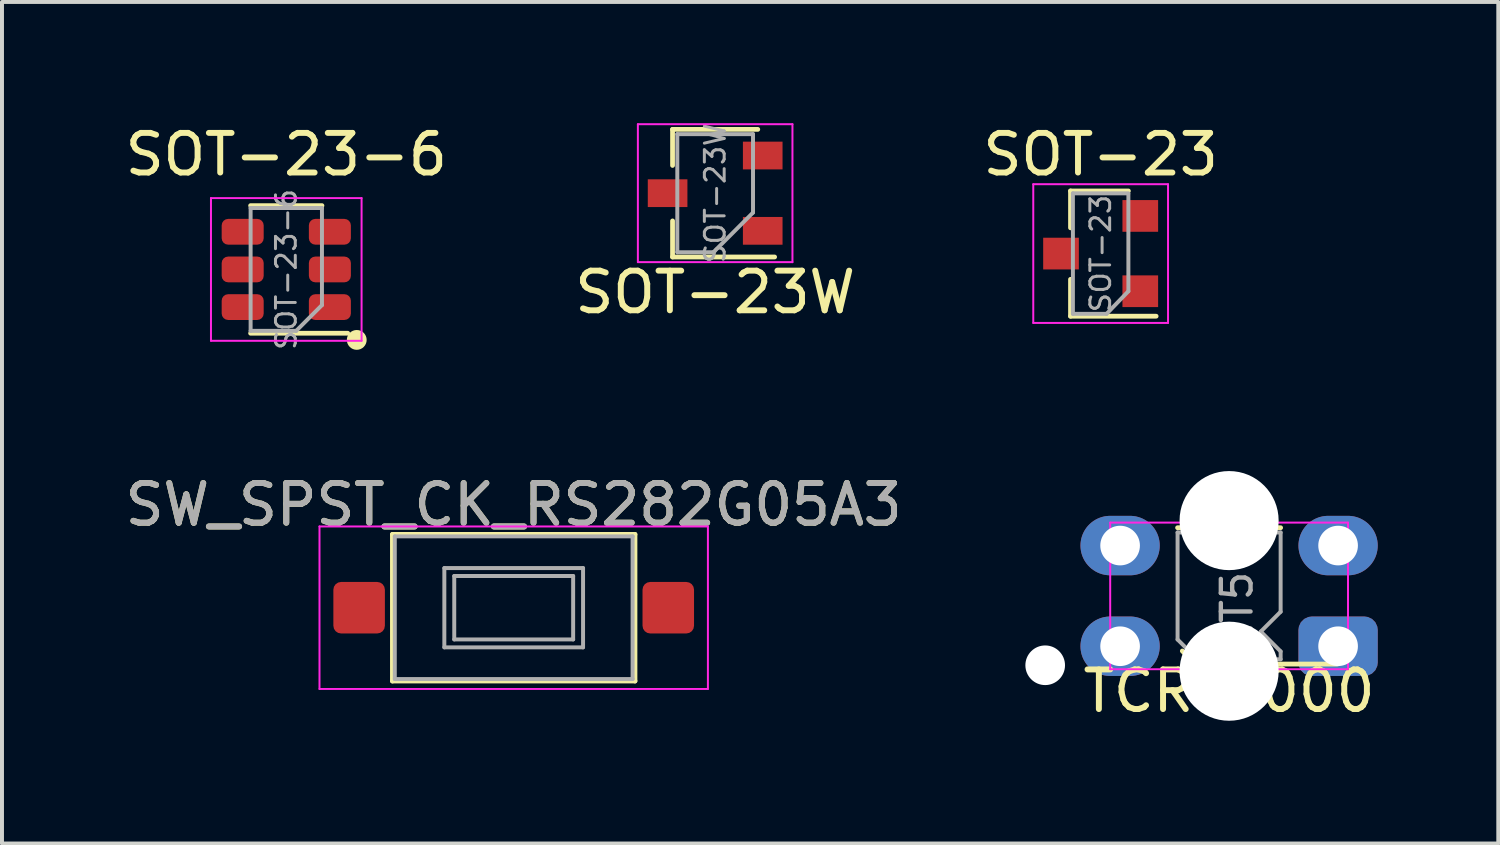
<source format=kicad_pcb>
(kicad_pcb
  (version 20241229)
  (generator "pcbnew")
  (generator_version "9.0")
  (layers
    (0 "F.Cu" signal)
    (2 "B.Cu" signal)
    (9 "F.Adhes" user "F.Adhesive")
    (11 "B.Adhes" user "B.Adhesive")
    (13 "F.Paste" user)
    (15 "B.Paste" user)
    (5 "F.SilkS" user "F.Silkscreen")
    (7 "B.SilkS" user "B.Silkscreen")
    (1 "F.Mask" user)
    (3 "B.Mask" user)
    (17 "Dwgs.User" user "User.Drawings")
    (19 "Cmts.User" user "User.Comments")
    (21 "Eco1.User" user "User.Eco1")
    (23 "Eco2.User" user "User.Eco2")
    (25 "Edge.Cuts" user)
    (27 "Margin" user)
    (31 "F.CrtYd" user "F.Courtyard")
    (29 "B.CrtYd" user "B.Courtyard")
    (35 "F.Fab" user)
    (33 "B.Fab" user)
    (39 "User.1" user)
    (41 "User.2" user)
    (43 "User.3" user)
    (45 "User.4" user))
  (footprint "TCRT5000"
    (layer "F.Cu")
    (at 27.961 11.985)
    (property "Reference" "TCRT5000" (at 0 2.4 180) (layer "F.SilkS") (effects (font (size 1 1) (thickness 0.15))))
    (attr through_hole)
    (fp_line (start -1.18 1.39) (end -0.85 1.72) (stroke (width 0.12) (type solid)) (layer "F.SilkS"))
    (fp_line (start -0.85 1.72) (end 2.73 1.72) (stroke (width 0.12) (type solid)) (layer "F.SilkS"))
    (fp_line (start 1.3 -1.72) (end -1.3 -1.72) (stroke (width 0.12) (type solid)) (layer "F.SilkS"))
    (fp_line (start -3 1.85) (end -3 -1.85) (stroke (width 0.05) (type solid)) (layer "F.CrtYd"))
    (fp_line (start -3 1.85) (end 3 1.85) (stroke (width 0.05) (type solid)) (layer "F.CrtYd"))
    (fp_line (start 3 -1.85) (end -3 -1.85) (stroke (width 0.05) (type solid)) (layer "F.CrtYd"))
    (fp_line (start 3 -1.85) (end 3 1.85) (stroke (width 0.05) (type solid)) (layer "F.CrtYd"))
    (fp_line (start -1.3 -1.6) (end 1.3 -1.6) (stroke (width 0.1) (type solid)) (layer "F.Fab"))
    (fp_line (start -1.3 1.1) (end -1.3 -1.6) (stroke (width 0.1) (type solid)) (layer "F.Fab"))
    (fp_line (start -0.8 1.6) (end -1.3 1.1) (stroke (width 0.1) (type solid)) (layer "F.Fab"))
    (fp_line (start 0.8 0.9) (end 1.3 0.4) (stroke (width 0.1) (type solid)) (layer "F.Fab"))
    (fp_line (start 0.8 0.9) (end 1.3 1.4) (stroke (width 0.1) (type solid)) (layer "F.Fab"))
    (fp_line (start 1.3 -1.6) (end 1.3 0.4) (stroke (width 0.1) (type solid)) (layer "F.Fab"))
    (fp_line (start 1.3 1.6) (end -0.8 1.6) (stroke (width 0.1) (type solid)) (layer "F.Fab"))
    (fp_line (start 1.3 1.6) (end 1.3 1.4) (stroke (width 0.1) (type solid)) (layer "F.Fab"))
    (fp_text user "${REFERENCE}" (at 0.2 0 90) (layer "F.Fab") (effects (font (size 0.75 0.75) (thickness 0.11))))
    (pad "" np_thru_hole circle (at -4.64 1.75 90) (size 1 1) (drill 1) (layers "*.Cu" "*.Mask"))
    (pad "" np_thru_hole circle (at 0 -1.9 90) (size 2.5 2.5) (drill 2.5) (layers "*.Cu" "*.Mask"))
    (pad "" np_thru_hole circle (at 0 1.9 90) (size 2.5 2.5) (drill 2.5) (layers "*.Cu" "*.Mask"))
    (pad "1" thru_hole roundrect (at 2.75 1.27 90) (size 1.5 2) (drill 1) (layers "*.Cu" "*.Mask") (roundrect_rratio 0.227))
    (pad "2" thru_hole oval (at 2.75 -1.27 90) (size 1.5 2) (drill 1) (layers "*.Cu" "*.Mask"))
    (pad "3" thru_hole oval (at -2.75 -1.27 90) (size 1.5 2) (drill 1) (layers "*.Cu" "*.Mask"))
    (pad "4" thru_hole oval (at -2.75 1.27 90) (size 1.5 2) (drill 1) (layers "*.Cu" "*.Mask")))
  (footprint "SW_SPST_CK_RS282G05A3"
    (layer "F.Cu")
    (at 9.911 12.283)
    (property "Reference" "SW_SPST_CK_RS282G05A3" (at 0 -2.6 0) (layer "F.SilkS") (effects (font (size 1 1) (thickness 0.15))))
    (attr smd)
    (fp_line (start -3.06 -1.85) (end 3.06 -1.85) (stroke (width 0.12) (type solid)) (layer "F.SilkS"))
    (fp_line (start -3.06 1.85) (end -3.06 -1.85) (stroke (width 0.12) (type solid)) (layer "F.SilkS"))
    (fp_line (start 3.06 -1.85) (end 3.06 1.85) (stroke (width 0.12) (type solid)) (layer "F.SilkS"))
    (fp_line (start 3.06 1.85) (end -3.06 1.85) (stroke (width 0.12) (type solid)) (layer "F.SilkS"))
    (fp_line (start -4.9 -2.05) (end 4.9 -2.05) (stroke (width 0.05) (type solid)) (layer "F.CrtYd"))
    (fp_line (start -4.9 2.05) (end -4.9 -2.05) (stroke (width 0.05) (type solid)) (layer "F.CrtYd"))
    (fp_line (start 4.9 -2.05) (end 4.9 2.05) (stroke (width 0.05) (type solid)) (layer "F.CrtYd"))
    (fp_line (start 4.9 2.05) (end -4.9 2.05) (stroke (width 0.05) (type solid)) (layer "F.CrtYd"))
    (fp_line (start -3 -1.8) (end -3 1.8) (stroke (width 0.1) (type solid)) (layer "F.Fab"))
    (fp_line (start -3 -1.8) (end 3 -1.8) (stroke (width 0.1) (type solid)) (layer "F.Fab"))
    (fp_line (start -3 1.8) (end 3 1.8) (stroke (width 0.1) (type solid)) (layer "F.Fab"))
    (fp_line (start -1.75 -1) (end 1.75 -1) (stroke (width 0.1) (type solid)) (layer "F.Fab"))
    (fp_line (start -1.75 1) (end -1.75 -1) (stroke (width 0.1) (type solid)) (layer "F.Fab"))
    (fp_line (start -1.5 -0.8) (end -1.5 0.8) (stroke (width 0.1) (type solid)) (layer "F.Fab"))
    (fp_line (start -1.5 -0.8) (end 1.5 -0.8) (stroke (width 0.1) (type solid)) (layer "F.Fab"))
    (fp_line (start -1.5 0.8) (end 1.5 0.8) (stroke (width 0.1) (type solid)) (layer "F.Fab"))
    (fp_line (start 1.5 -0.8) (end 1.5 0.8) (stroke (width 0.1) (type solid)) (layer "F.Fab"))
    (fp_line (start 1.75 -1) (end 1.75 1) (stroke (width 0.1) (type solid)) (layer "F.Fab"))
    (fp_line (start 1.75 1) (end -1.75 1) (stroke (width 0.1) (type solid)) (layer "F.Fab"))
    (fp_line (start 3 -1.8) (end 3 1.8) (stroke (width 0.1) (type solid)) (layer "F.Fab"))
    (fp_text user "${REFERENCE}" (at 0 -2.6 0) (layer "F.Fab") (effects (font (size 1 1) (thickness 0.15))))
    (pad "1" smd roundrect (at -3.9 0) (size 1.3 1.3) (layers "F.Cu" "F.Mask" "F.Paste") (roundrect_rratio 0.15))
    (pad "2" smd roundrect (at 3.9 0) (size 1.3 1.3) (layers "F.Cu" "F.Mask" "F.Paste") (roundrect_rratio 0.15)))
  (footprint "SOT-23W"
    (layer "F.Cu")
    (at 14.994 1.824)
    (property "Reference" "SOT-23W" (at 0 2.5 180) (layer "F.SilkS") (effects (font (size 1 1) (thickness 0.15))))
    (attr smd)
    (fp_line (start -1.075 -0.7) (end -1.075 -1.61) (stroke (width 0.12) (type solid)) (layer "F.SilkS"))
    (fp_line (start -1.075 1.61) (end -1.075 0.7) (stroke (width 0.12) (type solid)) (layer "F.SilkS"))
    (fp_line (start 1.075 -1.61) (end -1.075 -1.61) (stroke (width 0.12) (type solid)) (layer "F.SilkS"))
    (fp_line (start 1.5 1.61) (end -1.075 1.61) (stroke (width 0.12) (type solid)) (layer "F.SilkS"))
    (fp_line (start -1.95 -1.74) (end 1.95 -1.74) (stroke (width 0.05) (type solid)) (layer "F.CrtYd"))
    (fp_line (start -1.95 1.74) (end -1.95 -1.74) (stroke (width 0.05) (type solid)) (layer "F.CrtYd"))
    (fp_line (start 1.95 -1.74) (end 1.95 1.74) (stroke (width 0.05) (type solid)) (layer "F.CrtYd"))
    (fp_line (start 1.95 1.74) (end -1.95 1.74) (stroke (width 0.05) (type solid)) (layer "F.CrtYd"))
    (fp_line (start -0.955 1.49) (end -0.955 -1.49) (stroke (width 0.1) (type solid)) (layer "F.Fab"))
    (fp_line (start -0.045 1.49) (end -0.955 1.49) (stroke (width 0.1) (type solid)) (layer "F.Fab"))
    (fp_line (start 0.955 -1.49) (end -0.955 -1.49) (stroke (width 0.1) (type solid)) (layer "F.Fab"))
    (fp_line (start 0.955 0.49) (end -0.045 1.49) (stroke (width 0.1) (type solid)) (layer "F.Fab"))
    (fp_line (start 0.955 0.49) (end 0.955 -1.49) (stroke (width 0.1) (type solid)) (layer "F.Fab"))
    (fp_text user "${REFERENCE}" (at 0 0 270) (layer "F.Fab") (effects (font (size 0.5 0.5) (thickness 0.075))))
    (pad "1" smd rect (at 1.2 0.95 180) (size 1 0.7) (layers "F.Cu" "F.Mask" "F.Paste"))
    (pad "2" smd rect (at 1.2 -0.95 180) (size 1 0.7) (layers "F.Cu" "F.Mask" "F.Paste"))
    (pad "3" smd rect (at -1.2 0 180) (size 1 0.7) (layers "F.Cu" "F.Mask" "F.Paste")))
  (footprint "SOT-23-6"
    (layer "F.Cu")
    (at 4.173 3.748)
    (property "Reference" "SOT-23-6" (at 0 -2.9 0) (layer "F.SilkS") (effects (font (size 1 1) (thickness 0.15))))
    (attr smd)
    (fp_line (start -0.9 1.61) (end 1.55 1.61) (stroke (width 0.12) (type solid)) (layer "F.SilkS"))
    (fp_line (start 0.9 -1.61) (end -0.9 -1.61) (stroke (width 0.12) (type solid)) (layer "F.SilkS"))
    (fp_circle (center 1.778 1.778) (end 1.653 1.778) (stroke (width 0.25) (type solid)) (fill no) (layer "F.SilkS"))
    (fp_line (start -1.9 -1.8) (end -1.9 1.8) (stroke (width 0.05) (type solid)) (layer "F.CrtYd"))
    (fp_line (start -1.9 1.8) (end 1.9 1.8) (stroke (width 0.05) (type solid)) (layer "F.CrtYd"))
    (fp_line (start 1.9 -1.8) (end -1.9 -1.8) (stroke (width 0.05) (type solid)) (layer "F.CrtYd"))
    (fp_line (start 1.9 1.8) (end 1.9 -1.8) (stroke (width 0.05) (type solid)) (layer "F.CrtYd"))
    (fp_line (start -0.9 -1.55) (end 0.9 -1.55) (stroke (width 0.1) (type solid)) (layer "F.Fab"))
    (fp_line (start -0.9 1.55) (end -0.9 -1.55) (stroke (width 0.1) (type solid)) (layer "F.Fab"))
    (fp_line (start -0.9 1.55) (end 0.25 1.55) (stroke (width 0.1) (type solid)) (layer "F.Fab"))
    (fp_line (start 0.9 0.9) (end 0.25 1.55) (stroke (width 0.1) (type solid)) (layer "F.Fab"))
    (fp_line (start 0.9 0.9) (end 0.9 -1.55) (stroke (width 0.1) (type solid)) (layer "F.Fab"))
    (fp_text user "${REFERENCE}" (at 0 0 270) (layer "F.Fab") (effects (font (size 0.5 0.5) (thickness 0.075))))
    (pad "1" smd roundrect (at 1.1 0.95 180) (size 1.06 0.65) (layers "F.Cu" "F.Mask" "F.Paste") (roundrect_rratio 0.25))
    (pad "2" smd roundrect (at 1.1 0 180) (size 1.06 0.65) (layers "F.Cu" "F.Mask" "F.Paste") (roundrect_rratio 0.25))
    (pad "3" smd roundrect (at 1.1 -0.95 180) (size 1.06 0.65) (layers "F.Cu" "F.Mask" "F.Paste") (roundrect_rratio 0.25))
    (pad "4" smd roundrect (at -1.1 -0.95 180) (size 1.06 0.65) (layers "F.Cu" "F.Mask" "F.Paste") (roundrect_rratio 0.25))
    (pad "5" smd roundrect (at -1.1 0 180) (size 1.06 0.65) (layers "F.Cu" "F.Mask" "F.Paste") (roundrect_rratio 0.25))
    (pad "6" smd roundrect (at -1.1 0.95 180) (size 1.06 0.65) (layers "F.Cu" "F.Mask" "F.Paste") (roundrect_rratio 0.25)))
  (footprint "SOT-23"
    (layer "F.Cu")
    (at 24.72 3.348)
    (property "Reference" "SOT-23" (at 0 -2.5 0) (layer "F.SilkS") (effects (font (size 1 1) (thickness 0.15))))
    (attr smd)
    (fp_line (start -0.76 -1.58) (end -0.76 -0.65) (stroke (width 0.12) (type solid)) (layer "F.SilkS"))
    (fp_line (start -0.76 -1.58) (end 0.7 -1.58) (stroke (width 0.12) (type solid)) (layer "F.SilkS"))
    (fp_line (start -0.76 1.58) (end -0.76 0.65) (stroke (width 0.12) (type solid)) (layer "F.SilkS"))
    (fp_line (start -0.76 1.58) (end 1.4 1.58) (stroke (width 0.12) (type solid)) (layer "F.SilkS"))
    (fp_line (start -1.7 -1.75) (end 1.7 -1.75) (stroke (width 0.05) (type solid)) (layer "F.CrtYd"))
    (fp_line (start -1.7 1.75) (end -1.7 -1.75) (stroke (width 0.05) (type solid)) (layer "F.CrtYd"))
    (fp_line (start 1.7 -1.75) (end 1.7 1.75) (stroke (width 0.05) (type solid)) (layer "F.CrtYd"))
    (fp_line (start 1.7 1.75) (end -1.7 1.75) (stroke (width 0.05) (type solid)) (layer "F.CrtYd"))
    (fp_line (start -0.7 1.52) (end -0.7 -1.52) (stroke (width 0.1) (type solid)) (layer "F.Fab"))
    (fp_line (start 0.15 1.52) (end -0.7 1.52) (stroke (width 0.1) (type solid)) (layer "F.Fab"))
    (fp_line (start 0.7 -1.52) (end -0.7 -1.52) (stroke (width 0.1) (type solid)) (layer "F.Fab"))
    (fp_line (start 0.7 0.95) (end 0.15 1.52) (stroke (width 0.1) (type solid)) (layer "F.Fab"))
    (fp_line (start 0.7 0.95) (end 0.7 -1.5) (stroke (width 0.1) (type solid)) (layer "F.Fab"))
    (fp_text user "${REFERENCE}" (at 0 0 270) (layer "F.Fab") (effects (font (size 0.5 0.5) (thickness 0.075))))
    (pad "1" smd rect (at 1 0.95 180) (size 0.9 0.8) (layers "F.Cu" "F.Mask" "F.Paste"))
    (pad "2" smd rect (at 1 -0.95 180) (size 0.9 0.8) (layers "F.Cu" "F.Mask" "F.Paste"))
    (pad "3" smd rect (at -1 0 180) (size 0.9 0.8) (layers "F.Cu" "F.Mask" "F.Paste")))
  (gr_rect
    (start -3 -3)
    (end 34.753 18.233)
    (stroke (width 0.1) (type default))
    (fill no)
    (layer "Edge.Cuts")))
</source>
